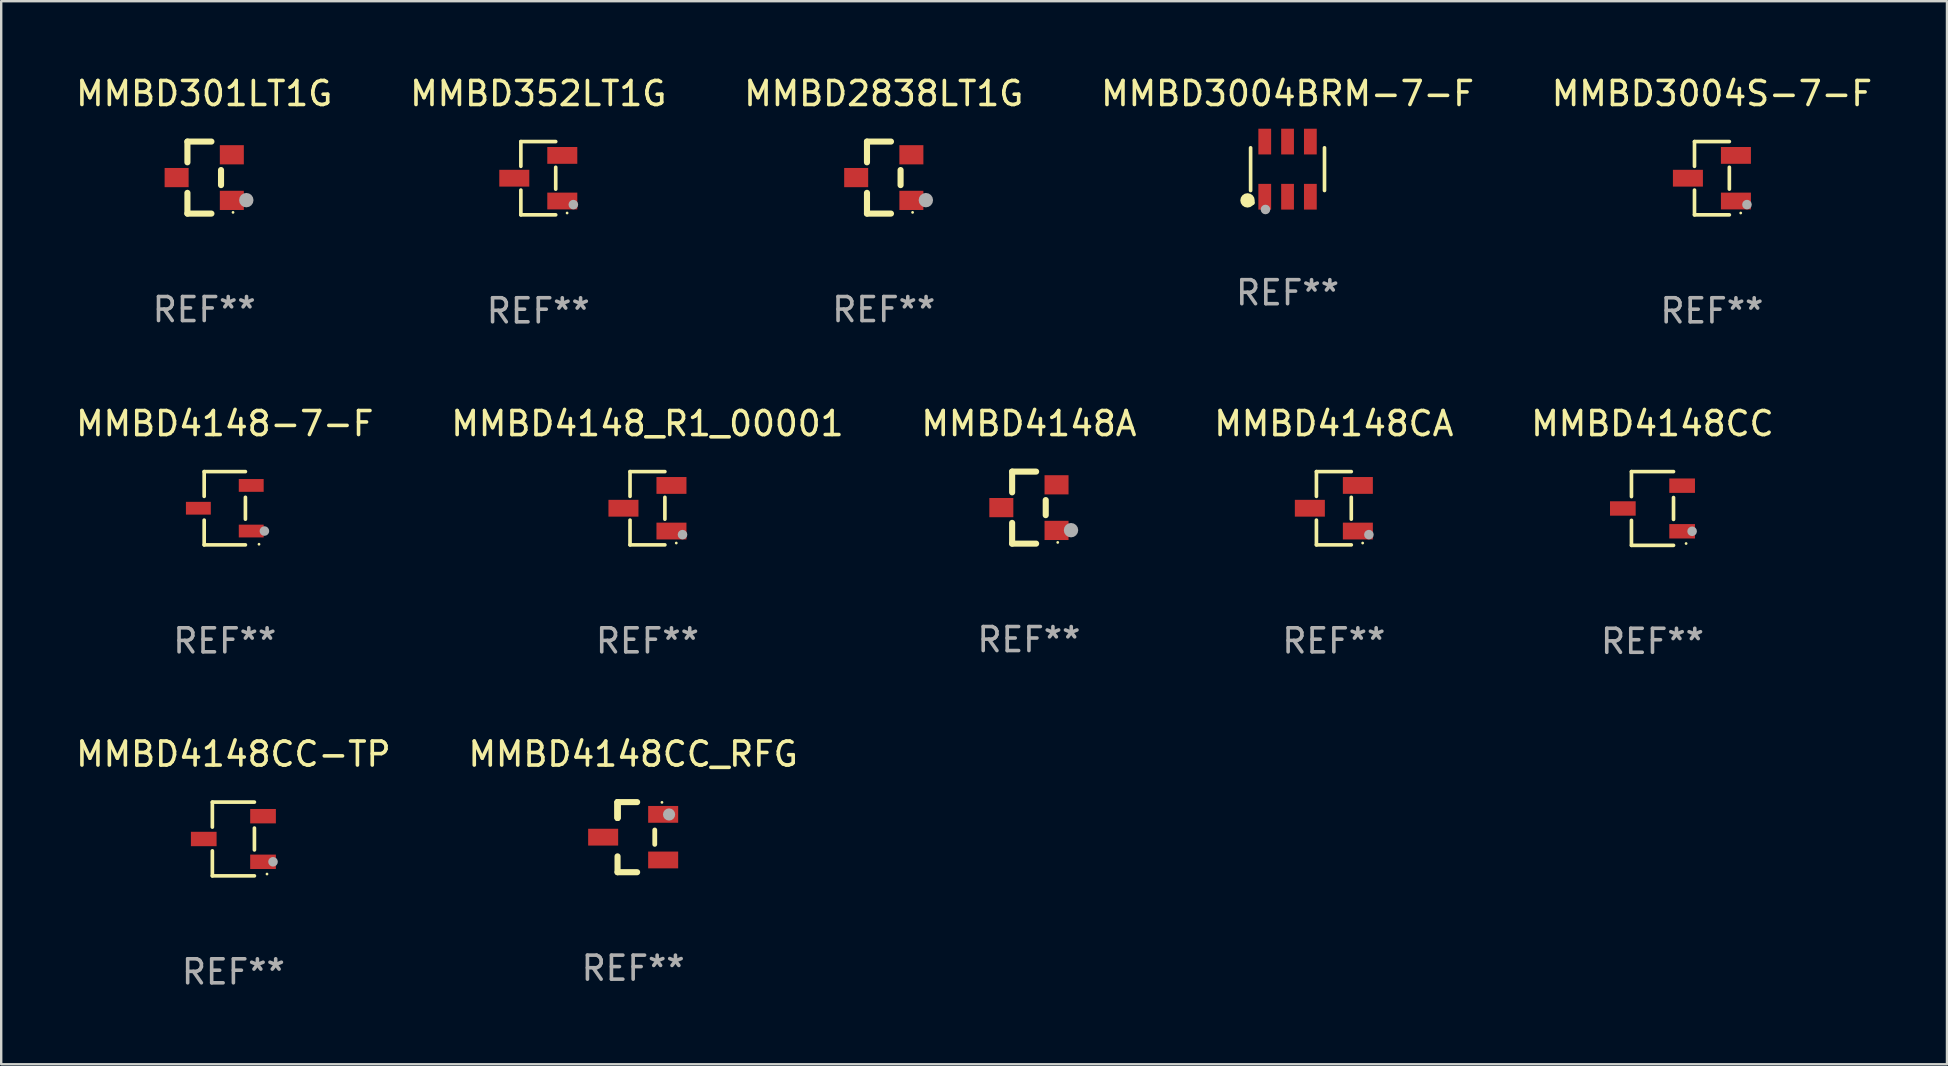
<source format=kicad_pcb>
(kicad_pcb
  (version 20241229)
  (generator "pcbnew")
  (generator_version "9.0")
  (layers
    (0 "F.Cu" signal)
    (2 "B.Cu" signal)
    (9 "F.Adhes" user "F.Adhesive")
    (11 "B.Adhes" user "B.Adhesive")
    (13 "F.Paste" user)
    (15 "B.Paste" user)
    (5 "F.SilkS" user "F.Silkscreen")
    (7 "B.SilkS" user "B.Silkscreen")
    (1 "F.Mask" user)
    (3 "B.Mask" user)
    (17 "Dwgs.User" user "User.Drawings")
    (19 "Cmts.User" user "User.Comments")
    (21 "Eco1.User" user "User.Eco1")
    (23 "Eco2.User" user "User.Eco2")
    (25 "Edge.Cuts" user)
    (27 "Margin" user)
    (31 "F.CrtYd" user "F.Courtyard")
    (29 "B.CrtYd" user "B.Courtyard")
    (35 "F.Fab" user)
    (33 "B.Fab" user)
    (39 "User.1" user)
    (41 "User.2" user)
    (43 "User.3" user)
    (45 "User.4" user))
  (footprint "MMBD3004BRM-7-F"
    (layer "F.Cu")
    (at 50.589 3.997)
    (property "Reference" "MMBD3004BRM-7-F" (at 0 -3.149 0) (layer "F.SilkS") (effects (font (size 1 1) (thickness 0.15))))
    (attr through_hole)
    (fp_line (start -1.539 0.889) (end -1.539 -0.889) (stroke (width 0.152) (type solid)) (layer "F.SilkS"))
    (fp_line (start 1.539 0.889) (end 1.539 -0.889) (stroke (width 0.152) (type solid)) (layer "F.SilkS"))
    (fp_circle (center -1.668 1.301) (end -1.518 1.301) (stroke (width 0.3) (type solid)) (fill no) (layer "F.SilkS"))
    (fp_circle (center -1.463 1.4) (end -1.413 1.4) (stroke (width 0.1) (type solid)) (fill no) (layer "F.SilkS"))
    (fp_circle (center -0.92 1.68) (end -0.82 1.68) (stroke (width 0.2) (type solid)) (fill no) (layer "F.Fab"))
    (fp_text user "REF**" (at 0 5.149 0) (layer "F.Fab") (effects (font (size 1 1) (thickness 0.15))))
    (pad "1" smd rect (at -0.95 1.149) (size 0.532 1.072) (layers "F.Cu" "F.Mask" "F.Paste"))
    (pad "2" smd rect (at 0 1.149) (size 0.532 1.072) (layers "F.Cu" "F.Mask" "F.Paste"))
    (pad "3" smd rect (at 0.95 1.149) (size 0.532 1.072) (layers "F.Cu" "F.Mask" "F.Paste"))
    (pad "4" smd rect (at 0.95 -1.149) (size 0.532 1.072) (layers "F.Cu" "F.Mask" "F.Paste"))
    (pad "5" smd rect (at 0 -1.149) (size 0.532 1.072) (layers "F.Cu" "F.Mask" "F.Paste"))
    (pad "6" smd rect (at -0.95 -1.149) (size 0.532 1.072) (layers "F.Cu" "F.Mask" "F.Paste")))
  (footprint "MMBD2838LT1G"
    (layer "F.Cu")
    (at 33.768 4.348)
    (property "Reference" "MMBD2838LT1G" (at 0 -3.5 0) (layer "F.SilkS") (effects (font (size 1 1) (thickness 0.15))))
    (attr through_hole)
    (fp_line (start -0.7 -1.5) (end 0.3 -1.5) (stroke (width 0.254) (type solid)) (layer "F.SilkS"))
    (fp_line (start -0.7 -0.636) (end -0.7 -1.5) (stroke (width 0.254) (type solid)) (layer "F.SilkS"))
    (fp_line (start -0.7 1.5) (end -0.7 0.636) (stroke (width 0.254) (type solid)) (layer "F.SilkS"))
    (fp_line (start -0.7 1.5) (end 0.3 1.5) (stroke (width 0.254) (type solid)) (layer "F.SilkS"))
    (fp_line (start 0.7 0.314) (end 0.7 -0.314) (stroke (width 0.254) (type solid)) (layer "F.SilkS"))
    (fp_circle (center 1.2 1.45) (end 1.23 1.45) (stroke (width 0.06) (type solid)) (fill no) (layer "F.SilkS"))
    (fp_circle (center 1.753 0.94) (end 1.903 0.94) (stroke (width 0.3) (type solid)) (fill no) (layer "F.Fab"))
    (fp_text user "REF**" (at 0 5.5 0) (layer "F.Fab") (effects (font (size 1 1) (thickness 0.15))))
    (pad "1" smd rect (at 1.15 0.95 180) (size 1 0.8) (layers "F.Cu" "F.Mask" "F.Paste"))
    (pad "2" smd rect (at 1.15 -0.95 180) (size 1 0.8) (layers "F.Cu" "F.Mask" "F.Paste"))
    (pad "3" smd rect (at -1.15 -0.000051 180) (size 1 0.8) (layers "F.Cu" "F.Mask" "F.Paste")))
  (footprint "MMBD4148_R1_00001"
    (layer "F.Cu")
    (at 23.923 18.123)
    (property "Reference" "MMBD4148_R1_00001" (at 0 -3.526 0) (layer "F.SilkS") (effects (font (size 1 1) (thickness 0.15))))
    (attr through_hole)
    (fp_line (start -0.726 -1.526) (end -0.726 -0.495) (stroke (width 0.152) (type solid)) (layer "F.SilkS"))
    (fp_line (start -0.726 1.526) (end -0.726 0.495) (stroke (width 0.152) (type solid)) (layer "F.SilkS"))
    (fp_line (start 0.726 -1.526) (end -0.726 -1.526) (stroke (width 0.152) (type solid)) (layer "F.SilkS"))
    (fp_line (start 0.726 -0.455) (end 0.726 0.455) (stroke (width 0.152) (type solid)) (layer "F.SilkS"))
    (fp_line (start 0.726 1.526) (end -0.726 1.526) (stroke (width 0.152) (type solid)) (layer "F.SilkS"))
    (fp_circle (center 1.2 1.45) (end 1.23 1.45) (stroke (width 0.06) (type solid)) (fill no) (layer "F.SilkS"))
    (fp_circle (center 1.46 1.1) (end 1.56 1.1) (stroke (width 0.2) (type solid)) (fill no) (layer "F.Fab"))
    (fp_text user "REF**" (at 0 5.526 0) (layer "F.Fab") (effects (font (size 1 1) (thickness 0.15))))
    (pad "1" smd rect (at 1 0.95) (size 1.25 0.7) (layers "F.Cu" "F.Mask" "F.Paste"))
    (pad "2" smd rect (at 1 -0.95) (size 1.25 0.7) (layers "F.Cu" "F.Mask" "F.Paste"))
    (pad "3" smd rect (at -1 0) (size 1.25 0.7) (layers "F.Cu" "F.Mask" "F.Paste")))
  (footprint "MMBD301LT1G"
    (layer "F.Cu")
    (at 5.458 4.348)
    (property "Reference" "MMBD301LT1G" (at 0 -3.5 0) (layer "F.SilkS") (effects (font (size 1 1) (thickness 0.15))))
    (attr through_hole)
    (fp_line (start -0.7 -1.5) (end 0.3 -1.5) (stroke (width 0.254) (type solid)) (layer "F.SilkS"))
    (fp_line (start -0.7 -0.636) (end -0.7 -1.5) (stroke (width 0.254) (type solid)) (layer "F.SilkS"))
    (fp_line (start -0.7 1.5) (end -0.7 0.636) (stroke (width 0.254) (type solid)) (layer "F.SilkS"))
    (fp_line (start -0.7 1.5) (end 0.3 1.5) (stroke (width 0.254) (type solid)) (layer "F.SilkS"))
    (fp_line (start 0.7 0.314) (end 0.7 -0.314) (stroke (width 0.254) (type solid)) (layer "F.SilkS"))
    (fp_circle (center 1.2 1.45) (end 1.23 1.45) (stroke (width 0.06) (type solid)) (fill no) (layer "F.SilkS"))
    (fp_circle (center 1.753 0.94) (end 1.903 0.94) (stroke (width 0.3) (type solid)) (fill no) (layer "F.Fab"))
    (fp_text user "REF**" (at 0 5.5 0) (layer "F.Fab") (effects (font (size 1 1) (thickness 0.15))))
    (pad "1" smd rect (at 1.15 0.95 180) (size 1 0.8) (layers "F.Cu" "F.Mask" "F.Paste"))
    (pad "2" smd rect (at 1.15 -0.95 180) (size 1 0.8) (layers "F.Cu" "F.Mask" "F.Paste"))
    (pad "3" smd rect (at -1.15 -0.000051 180) (size 1 0.8) (layers "F.Cu" "F.Mask" "F.Paste")))
  (footprint "MMBD4148CC"
    (layer "F.Cu")
    (at 65.792 18.133)
    (property "Reference" "MMBD4148CC" (at 0 -3.536 0) (layer "F.SilkS") (effects (font (size 1 1) (thickness 0.15))))
    (attr through_hole)
    (fp_line (start -0.876 -1.536) (end -0.876 -0.495) (stroke (width 0.152) (type solid)) (layer "F.SilkS"))
    (fp_line (start -0.876 1.536) (end -0.876 0.495) (stroke (width 0.152) (type solid)) (layer "F.SilkS"))
    (fp_line (start 0.876 -1.536) (end -0.876 -1.536) (stroke (width 0.152) (type solid)) (layer "F.SilkS"))
    (fp_line (start 0.876 -0.455) (end 0.876 0.455) (stroke (width 0.152) (type solid)) (layer "F.SilkS"))
    (fp_line (start 0.876 1.536) (end -0.876 1.536) (stroke (width 0.152) (type solid)) (layer "F.SilkS"))
    (fp_circle (center 1.4 1.46) (end 1.43 1.46) (stroke (width 0.06) (type solid)) (fill no) (layer "F.SilkS"))
    (fp_circle (center 1.651 0.95) (end 1.751 0.95) (stroke (width 0.2) (type solid)) (fill no) (layer "F.Fab"))
    (fp_text user "REF**" (at 0 5.536 0) (layer "F.Fab") (effects (font (size 1 1) (thickness 0.15))))
    (pad "1" smd rect (at 1.235 0.95) (size 1.07 0.6) (layers "F.Cu" "F.Mask" "F.Paste"))
    (pad "2" smd rect (at 1.235 -0.95) (size 1.07 0.6) (layers "F.Cu" "F.Mask" "F.Paste"))
    (pad "3" smd rect (at -1.235 0) (size 1.07 0.6) (layers "F.Cu" "F.Mask" "F.Paste")))
  (footprint "MMBD3004S-7-F"
    (layer "F.Cu")
    (at 68.268 4.374)
    (property "Reference" "MMBD3004S-7-F" (at 0 -3.526 0) (layer "F.SilkS") (effects (font (size 1 1) (thickness 0.15))))
    (attr through_hole)
    (fp_line (start -0.726 -1.526) (end -0.726 -0.495) (stroke (width 0.152) (type solid)) (layer "F.SilkS"))
    (fp_line (start -0.726 1.526) (end -0.726 0.495) (stroke (width 0.152) (type solid)) (layer "F.SilkS"))
    (fp_line (start 0.726 -1.526) (end -0.726 -1.526) (stroke (width 0.152) (type solid)) (layer "F.SilkS"))
    (fp_line (start 0.726 -0.455) (end 0.726 0.455) (stroke (width 0.152) (type solid)) (layer "F.SilkS"))
    (fp_line (start 0.726 1.526) (end -0.726 1.526) (stroke (width 0.152) (type solid)) (layer "F.SilkS"))
    (fp_circle (center 1.2 1.45) (end 1.23 1.45) (stroke (width 0.06) (type solid)) (fill no) (layer "F.SilkS"))
    (fp_circle (center 1.46 1.1) (end 1.56 1.1) (stroke (width 0.2) (type solid)) (fill no) (layer "F.Fab"))
    (fp_text user "REF**" (at 0 5.526 0) (layer "F.Fab") (effects (font (size 1 1) (thickness 0.15))))
    (pad "1" smd rect (at 1 0.95) (size 1.25 0.7) (layers "F.Cu" "F.Mask" "F.Paste"))
    (pad "2" smd rect (at 1 -0.95) (size 1.25 0.7) (layers "F.Cu" "F.Mask" "F.Paste"))
    (pad "3" smd rect (at -1 0) (size 1.25 0.7) (layers "F.Cu" "F.Mask" "F.Paste")))
  (footprint "MMBD352LT1G"
    (layer "F.Cu")
    (at 19.375 4.374)
    (property "Reference" "MMBD352LT1G" (at 0 -3.526 0) (layer "F.SilkS") (effects (font (size 1 1) (thickness 0.15))))
    (attr through_hole)
    (fp_line (start -0.726 -1.526) (end -0.726 -0.495) (stroke (width 0.152) (type solid)) (layer "F.SilkS"))
    (fp_line (start -0.726 1.526) (end -0.726 0.495) (stroke (width 0.152) (type solid)) (layer "F.SilkS"))
    (fp_line (start 0.726 -1.526) (end -0.726 -1.526) (stroke (width 0.152) (type solid)) (layer "F.SilkS"))
    (fp_line (start 0.726 -0.455) (end 0.726 0.455) (stroke (width 0.152) (type solid)) (layer "F.SilkS"))
    (fp_line (start 0.726 1.526) (end -0.726 1.526) (stroke (width 0.152) (type solid)) (layer "F.SilkS"))
    (fp_circle (center 1.2 1.45) (end 1.23 1.45) (stroke (width 0.06) (type solid)) (fill no) (layer "F.SilkS"))
    (fp_circle (center 1.46 1.1) (end 1.56 1.1) (stroke (width 0.2) (type solid)) (fill no) (layer "F.Fab"))
    (fp_text user "REF**" (at 0 5.526 0) (layer "F.Fab") (effects (font (size 1 1) (thickness 0.15))))
    (pad "1" smd rect (at 1 0.95) (size 1.25 0.7) (layers "F.Cu" "F.Mask" "F.Paste"))
    (pad "2" smd rect (at 1 -0.95) (size 1.25 0.7) (layers "F.Cu" "F.Mask" "F.Paste"))
    (pad "3" smd rect (at -1 0) (size 1.25 0.7) (layers "F.Cu" "F.Mask" "F.Paste")))
  (footprint "MMBD4148CA"
    (layer "F.Cu")
    (at 52.518 18.123)
    (property "Reference" "MMBD4148CA" (at 0 -3.526 0) (layer "F.SilkS") (effects (font (size 1 1) (thickness 0.15))))
    (attr through_hole)
    (fp_line (start -0.726 -1.526) (end -0.726 -0.495) (stroke (width 0.152) (type solid)) (layer "F.SilkS"))
    (fp_line (start -0.726 1.526) (end -0.726 0.495) (stroke (width 0.152) (type solid)) (layer "F.SilkS"))
    (fp_line (start 0.726 -1.526) (end -0.726 -1.526) (stroke (width 0.152) (type solid)) (layer "F.SilkS"))
    (fp_line (start 0.726 -0.455) (end 0.726 0.455) (stroke (width 0.152) (type solid)) (layer "F.SilkS"))
    (fp_line (start 0.726 1.526) (end -0.726 1.526) (stroke (width 0.152) (type solid)) (layer "F.SilkS"))
    (fp_circle (center 1.2 1.45) (end 1.23 1.45) (stroke (width 0.06) (type solid)) (fill no) (layer "F.SilkS"))
    (fp_circle (center 1.46 1.1) (end 1.56 1.1) (stroke (width 0.2) (type solid)) (fill no) (layer "F.Fab"))
    (fp_text user "REF**" (at 0 5.526 0) (layer "F.Fab") (effects (font (size 1 1) (thickness 0.15))))
    (pad "1" smd rect (at 1 0.95) (size 1.25 0.7) (layers "F.Cu" "F.Mask" "F.Paste"))
    (pad "2" smd rect (at 1 -0.95) (size 1.25 0.7) (layers "F.Cu" "F.Mask" "F.Paste"))
    (pad "3" smd rect (at -1 0) (size 1.25 0.7) (layers "F.Cu" "F.Mask" "F.Paste")))
  (footprint "MMBD4148CC_RFG"
    (layer "F.Cu")
    (at 23.327 31.826)
    (property "Reference" "MMBD4148CC_RFG" (at 0 -3.46 0) (layer "F.SilkS") (effects (font (size 1 1) (thickness 0.15))))
    (attr through_hole)
    (fp_line (start -0.65 -1.46) (end -0.65 -0.8) (stroke (width 0.254) (type solid)) (layer "F.SilkS"))
    (fp_line (start -0.65 -1.46) (end 0.165 -1.46) (stroke (width 0.254) (type solid)) (layer "F.SilkS"))
    (fp_line (start -0.65 -0.8) (end -0.65 -1.46) (stroke (width 0.254) (type solid)) (layer "F.SilkS"))
    (fp_line (start -0.65 -0.8) (end -0.65 -1.46) (stroke (width 0.254) (type solid)) (layer "F.SilkS"))
    (fp_line (start -0.65 1.46) (end -0.65 0.8) (stroke (width 0.254) (type solid)) (layer "F.SilkS"))
    (fp_line (start 0.165 1.46) (end -0.65 1.46) (stroke (width 0.254) (type solid)) (layer "F.SilkS"))
    (fp_line (start 0.9 0.3) (end 0.9 -0.3) (stroke (width 0.2) (type solid)) (layer "F.SilkS"))
    (fp_circle (center 1.2 -1.45) (end 1.23 -1.45) (stroke (width 0.06) (type solid)) (fill no) (layer "F.SilkS"))
    (fp_circle (center 1.496 -0.945) (end 1.623 -0.945) (stroke (width 0.254) (type solid)) (fill no) (layer "F.Fab"))
    (fp_text user "REF**" (at 0 5.46 0) (layer "F.Fab") (effects (font (size 1 1) (thickness 0.15))))
    (pad "1" smd rect (at 1.25 -0.95 270) (size 0.7 1.25) (layers "F.Cu" "F.Mask" "F.Paste"))
    (pad "2" smd rect (at 1.25 0.95 270) (size 0.7 1.25) (layers "F.Cu" "F.Mask" "F.Paste"))
    (pad "3" smd rect (at -1.25 0 270) (size 0.7 1.25) (layers "F.Cu" "F.Mask" "F.Paste")))
  (footprint "MMBD4148A"
    (layer "F.Cu")
    (at 39.815 18.097)
    (property "Reference" "MMBD4148A" (at 0 -3.5 0) (layer "F.SilkS") (effects (font (size 1 1) (thickness 0.15))))
    (attr through_hole)
    (fp_line (start -0.7 -1.5) (end 0.3 -1.5) (stroke (width 0.254) (type solid)) (layer "F.SilkS"))
    (fp_line (start -0.7 -0.636) (end -0.7 -1.5) (stroke (width 0.254) (type solid)) (layer "F.SilkS"))
    (fp_line (start -0.7 1.5) (end -0.7 0.636) (stroke (width 0.254) (type solid)) (layer "F.SilkS"))
    (fp_line (start -0.7 1.5) (end 0.3 1.5) (stroke (width 0.254) (type solid)) (layer "F.SilkS"))
    (fp_line (start 0.7 0.314) (end 0.7 -0.314) (stroke (width 0.254) (type solid)) (layer "F.SilkS"))
    (fp_circle (center 1.2 1.45) (end 1.23 1.45) (stroke (width 0.06) (type solid)) (fill no) (layer "F.SilkS"))
    (fp_circle (center 1.753 0.94) (end 1.903 0.94) (stroke (width 0.3) (type solid)) (fill no) (layer "F.Fab"))
    (fp_text user "REF**" (at 0 5.5 0) (layer "F.Fab") (effects (font (size 1 1) (thickness 0.15))))
    (pad "1" smd rect (at 1.15 0.95 180) (size 1 0.8) (layers "F.Cu" "F.Mask" "F.Paste"))
    (pad "2" smd rect (at 1.15 -0.95 180) (size 1 0.8) (layers "F.Cu" "F.Mask" "F.Paste"))
    (pad "3" smd rect (at -1.15 -0.000051 180) (size 1 0.8) (layers "F.Cu" "F.Mask" "F.Paste")))
  (footprint "MMBD4148CC-TP"
    (layer "F.Cu")
    (at 6.673 31.902)
    (property "Reference" "MMBD4148CC-TP" (at 0 -3.536 0) (layer "F.SilkS") (effects (font (size 1 1) (thickness 0.15))))
    (attr through_hole)
    (fp_line (start -0.876 -1.536) (end -0.876 -0.495) (stroke (width 0.152) (type solid)) (layer "F.SilkS"))
    (fp_line (start -0.876 1.536) (end -0.876 0.495) (stroke (width 0.152) (type solid)) (layer "F.SilkS"))
    (fp_line (start 0.876 -1.536) (end -0.876 -1.536) (stroke (width 0.152) (type solid)) (layer "F.SilkS"))
    (fp_line (start 0.876 -0.455) (end 0.876 0.455) (stroke (width 0.152) (type solid)) (layer "F.SilkS"))
    (fp_line (start 0.876 1.536) (end -0.876 1.536) (stroke (width 0.152) (type solid)) (layer "F.SilkS"))
    (fp_circle (center 1.4 1.46) (end 1.43 1.46) (stroke (width 0.06) (type solid)) (fill no) (layer "F.SilkS"))
    (fp_circle (center 1.651 0.95) (end 1.751 0.95) (stroke (width 0.2) (type solid)) (fill no) (layer "F.Fab"))
    (fp_text user "REF**" (at 0 5.536 0) (layer "F.Fab") (effects (font (size 1 1) (thickness 0.15))))
    (pad "1" smd rect (at 1.235 0.95) (size 1.07 0.6) (layers "F.Cu" "F.Mask" "F.Paste"))
    (pad "2" smd rect (at 1.235 -0.95) (size 1.07 0.6) (layers "F.Cu" "F.Mask" "F.Paste"))
    (pad "3" smd rect (at -1.235 0) (size 1.07 0.6) (layers "F.Cu" "F.Mask" "F.Paste")))
  (footprint "MMBD4148-7-F"
    (layer "F.Cu")
    (at 6.315 18.123)
    (property "Reference" "MMBD4148-7-F" (at 0 -3.526 0) (layer "F.SilkS") (effects (font (size 1 1) (thickness 0.15))))
    (attr through_hole)
    (fp_line (start -0.859 -1.526) (end -0.859 -0.495) (stroke (width 0.152) (type solid)) (layer "F.SilkS"))
    (fp_line (start -0.859 1.526) (end -0.859 0.495) (stroke (width 0.152) (type solid)) (layer "F.SilkS"))
    (fp_line (start 0.859 -1.526) (end -0.859 -1.526) (stroke (width 0.152) (type solid)) (layer "F.SilkS"))
    (fp_line (start 0.859 -0.455) (end 0.859 0.455) (stroke (width 0.152) (type solid)) (layer "F.SilkS"))
    (fp_line (start 0.859 1.526) (end -0.859 1.526) (stroke (width 0.152) (type solid)) (layer "F.SilkS"))
    (fp_circle (center 1.425 1.5) (end 1.455 1.5) (stroke (width 0.06) (type solid)) (fill no) (layer "F.SilkS"))
    (fp_circle (center 1.65 0.95) (end 1.75 0.95) (stroke (width 0.2) (type solid)) (fill no) (layer "F.Fab"))
    (fp_text user "REF**" (at 0 5.526 0) (layer "F.Fab") (effects (font (size 1 1) (thickness 0.15))))
    (pad "1" smd rect (at 1.101 0.95) (size 1.037 0.532) (layers "F.Cu" "F.Mask" "F.Paste"))
    (pad "2" smd rect (at 1.101 -0.95) (size 1.037 0.532) (layers "F.Cu" "F.Mask" "F.Paste"))
    (pad "3" smd rect (at -1.101 0) (size 1.037 0.532) (layers "F.Cu" "F.Mask" "F.Paste")))
  (gr_rect
    (start -3 -3)
    (end 78.06 41.287)
    (stroke (width 0.1) (type default))
    (fill no)
    (layer "Edge.Cuts")))
</source>
